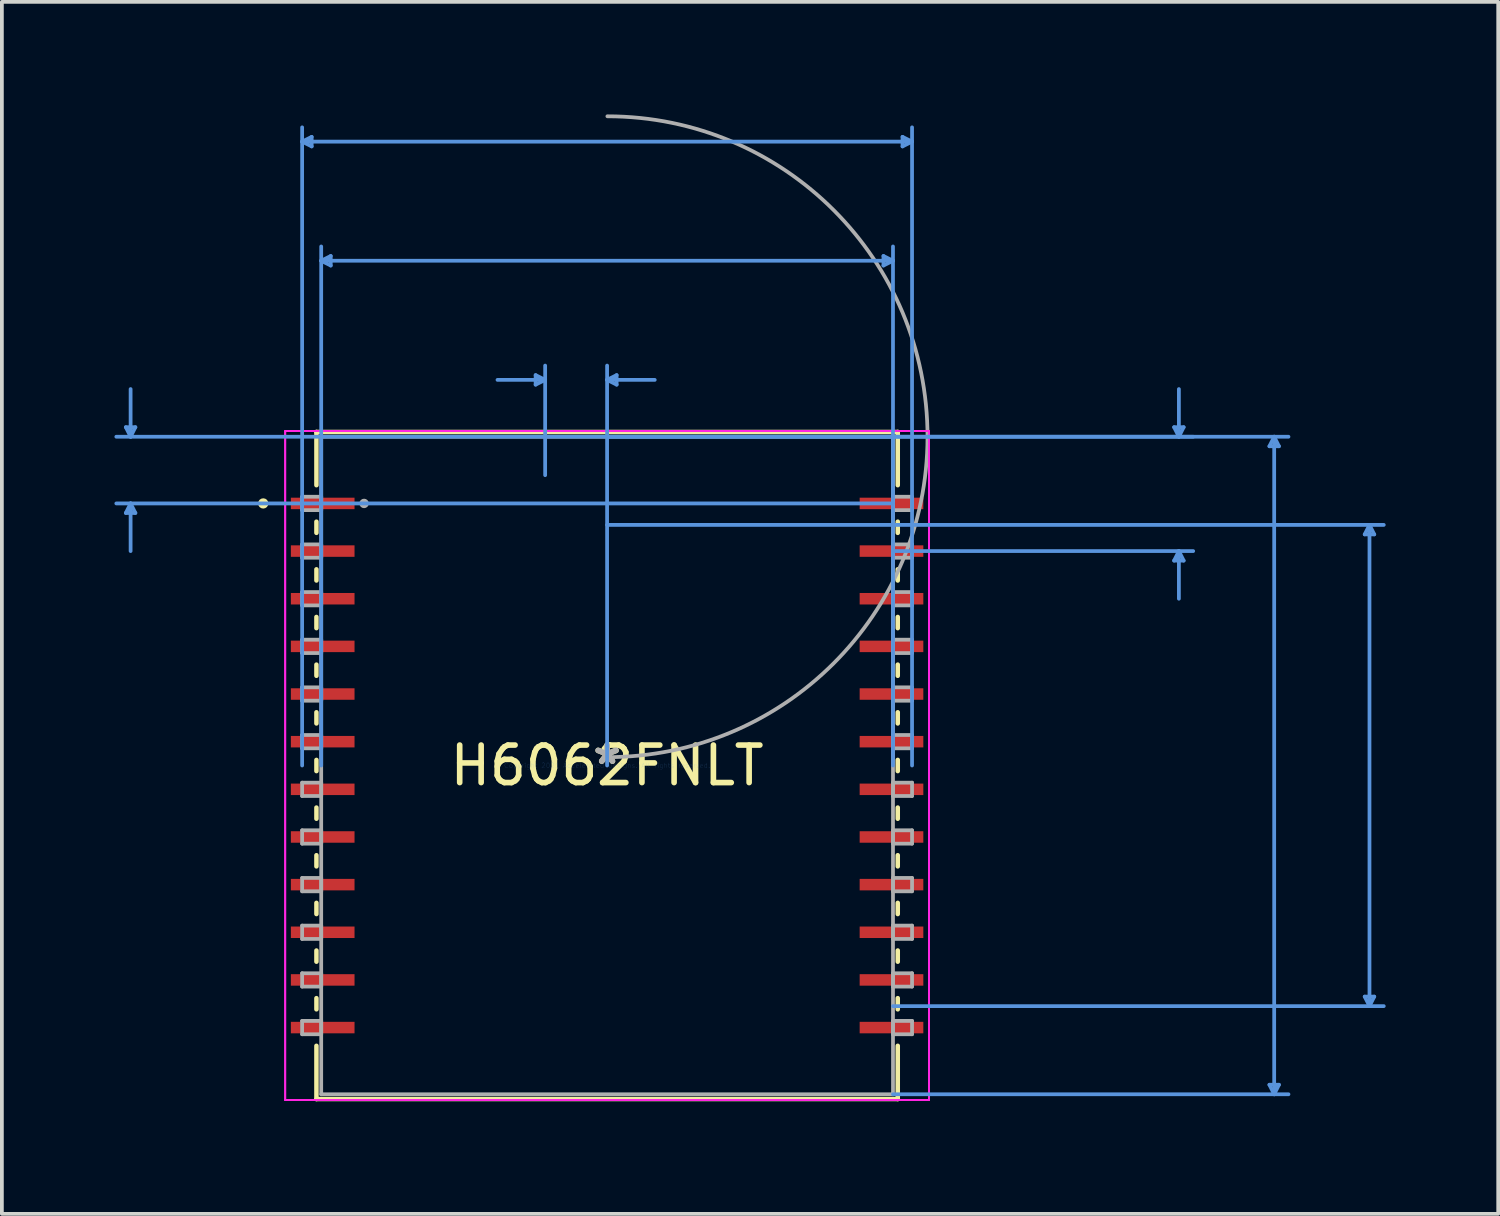
<source format=kicad_pcb>
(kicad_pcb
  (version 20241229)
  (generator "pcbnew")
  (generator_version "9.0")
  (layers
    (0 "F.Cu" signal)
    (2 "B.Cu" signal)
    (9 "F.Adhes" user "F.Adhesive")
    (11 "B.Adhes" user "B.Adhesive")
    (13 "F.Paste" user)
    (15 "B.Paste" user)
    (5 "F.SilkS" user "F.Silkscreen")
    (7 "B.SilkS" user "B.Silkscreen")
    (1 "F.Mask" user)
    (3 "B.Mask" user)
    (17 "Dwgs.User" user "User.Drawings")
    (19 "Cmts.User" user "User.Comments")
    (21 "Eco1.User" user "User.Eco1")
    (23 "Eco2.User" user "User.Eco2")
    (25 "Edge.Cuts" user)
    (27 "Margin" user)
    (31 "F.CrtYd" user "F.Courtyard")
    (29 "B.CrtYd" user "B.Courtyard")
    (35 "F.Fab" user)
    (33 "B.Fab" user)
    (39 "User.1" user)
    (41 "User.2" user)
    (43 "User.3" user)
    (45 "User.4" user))
  (footprint "H6062FNLT"
    (layer "F.Cu")
    (at 13.131 17.353)
    (property "Reference" "H6062FNLT" (at 0 0 0) (layer "F.SilkS") (effects (font (size 1 1) (thickness 0.15))))
    (attr through_hole)
    (fp_line (start -7.747 -8.89) (end -7.747 -7.471) (stroke (width 0.12) (type solid)) (layer "F.SilkS"))
    (fp_line (start -7.747 -6.499) (end -7.747 -6.201) (stroke (width 0.12) (type solid)) (layer "F.SilkS"))
    (fp_line (start -7.747 -5.229) (end -7.747 -4.931) (stroke (width 0.12) (type solid)) (layer "F.SilkS"))
    (fp_line (start -7.747 -3.959) (end -7.747 -3.661) (stroke (width 0.12) (type solid)) (layer "F.SilkS"))
    (fp_line (start -7.747 -2.689) (end -7.747 -2.391) (stroke (width 0.12) (type solid)) (layer "F.SilkS"))
    (fp_line (start -7.747 -1.419) (end -7.747 -1.121) (stroke (width 0.12) (type solid)) (layer "F.SilkS"))
    (fp_line (start -7.747 -0.149) (end -7.747 0.149) (stroke (width 0.12) (type solid)) (layer "F.SilkS"))
    (fp_line (start -7.747 1.121) (end -7.747 1.419) (stroke (width 0.12) (type solid)) (layer "F.SilkS"))
    (fp_line (start -7.747 2.391) (end -7.747 2.689) (stroke (width 0.12) (type solid)) (layer "F.SilkS"))
    (fp_line (start -7.747 3.661) (end -7.747 3.959) (stroke (width 0.12) (type solid)) (layer "F.SilkS"))
    (fp_line (start -7.747 4.931) (end -7.747 5.229) (stroke (width 0.12) (type solid)) (layer "F.SilkS"))
    (fp_line (start -7.747 6.201) (end -7.747 6.499) (stroke (width 0.12) (type solid)) (layer "F.SilkS"))
    (fp_line (start -7.747 7.471) (end -7.747 8.89) (stroke (width 0.12) (type solid)) (layer "F.SilkS"))
    (fp_line (start -7.747 8.89) (end 7.747 8.89) (stroke (width 0.12) (type solid)) (layer "F.SilkS"))
    (fp_line (start 7.747 -8.89) (end -7.747 -8.89) (stroke (width 0.12) (type solid)) (layer "F.SilkS"))
    (fp_line (start 7.747 -7.471) (end 7.747 -8.89) (stroke (width 0.12) (type solid)) (layer "F.SilkS"))
    (fp_line (start 7.747 -6.201) (end 7.747 -6.499) (stroke (width 0.12) (type solid)) (layer "F.SilkS"))
    (fp_line (start 7.747 -4.931) (end 7.747 -5.229) (stroke (width 0.12) (type solid)) (layer "F.SilkS"))
    (fp_line (start 7.747 -3.661) (end 7.747 -3.959) (stroke (width 0.12) (type solid)) (layer "F.SilkS"))
    (fp_line (start 7.747 -2.391) (end 7.747 -2.689) (stroke (width 0.12) (type solid)) (layer "F.SilkS"))
    (fp_line (start 7.747 -1.121) (end 7.747 -1.419) (stroke (width 0.12) (type solid)) (layer "F.SilkS"))
    (fp_line (start 7.747 0.149) (end 7.747 -0.149) (stroke (width 0.12) (type solid)) (layer "F.SilkS"))
    (fp_line (start 7.747 1.419) (end 7.747 1.121) (stroke (width 0.12) (type solid)) (layer "F.SilkS"))
    (fp_line (start 7.747 2.689) (end 7.747 2.391) (stroke (width 0.12) (type solid)) (layer "F.SilkS"))
    (fp_line (start 7.747 3.959) (end 7.747 3.661) (stroke (width 0.12) (type solid)) (layer "F.SilkS"))
    (fp_line (start 7.747 5.229) (end 7.747 4.931) (stroke (width 0.12) (type solid)) (layer "F.SilkS"))
    (fp_line (start 7.747 6.499) (end 7.747 6.201) (stroke (width 0.12) (type solid)) (layer "F.SilkS"))
    (fp_line (start 7.747 8.89) (end 7.747 7.471) (stroke (width 0.12) (type solid)) (layer "F.SilkS"))
    (fp_circle (center -9.165 -6.985) (end -9.088 -6.985) (stroke (width 0.12) (type solid)) (fill no) (layer "F.SilkS"))
    (fp_line (start -12.827 -9.017) (end -12.573 -9.017) (stroke (width 0.1) (type solid)) (layer "Cmts.User"))
    (fp_line (start -12.827 -6.731) (end -12.573 -6.731) (stroke (width 0.1) (type solid)) (layer "Cmts.User"))
    (fp_line (start -12.7 -8.763) (end -12.827 -9.017) (stroke (width 0.1) (type solid)) (layer "Cmts.User"))
    (fp_line (start -12.7 -8.763) (end -12.7 -10.033) (stroke (width 0.1) (type solid)) (layer "Cmts.User"))
    (fp_line (start -12.7 -8.763) (end -12.573 -9.017) (stroke (width 0.1) (type solid)) (layer "Cmts.User"))
    (fp_line (start -12.7 -6.985) (end -12.827 -6.731) (stroke (width 0.1) (type solid)) (layer "Cmts.User"))
    (fp_line (start -12.7 -6.985) (end -12.7 -5.715) (stroke (width 0.1) (type solid)) (layer "Cmts.User"))
    (fp_line (start -12.7 -6.985) (end -12.573 -6.731) (stroke (width 0.1) (type solid)) (layer "Cmts.User"))
    (fp_line (start -8.128 -16.628) (end -7.874 -16.755) (stroke (width 0.1) (type solid)) (layer "Cmts.User"))
    (fp_line (start -8.128 -16.628) (end -7.874 -16.501) (stroke (width 0.1) (type solid)) (layer "Cmts.User"))
    (fp_line (start -8.128 -16.628) (end 8.128 -16.628) (stroke (width 0.1) (type solid)) (layer "Cmts.User"))
    (fp_line (start -8.128 0) (end -8.128 -17.009) (stroke (width 0.1) (type solid)) (layer "Cmts.User"))
    (fp_line (start -7.874 -16.755) (end -7.874 -16.501) (stroke (width 0.1) (type solid)) (layer "Cmts.User"))
    (fp_line (start -7.62 -13.453) (end -7.366 -13.58) (stroke (width 0.1) (type solid)) (layer "Cmts.User"))
    (fp_line (start -7.62 -13.453) (end -7.366 -13.326) (stroke (width 0.1) (type solid)) (layer "Cmts.User"))
    (fp_line (start -7.62 -13.453) (end 7.62 -13.453) (stroke (width 0.1) (type solid)) (layer "Cmts.User"))
    (fp_line (start -7.62 0) (end -7.62 -13.834) (stroke (width 0.1) (type solid)) (layer "Cmts.User"))
    (fp_line (start -7.366 -13.58) (end -7.366 -13.326) (stroke (width 0.1) (type solid)) (layer "Cmts.User"))
    (fp_line (start -1.905 -10.405) (end -1.905 -10.151) (stroke (width 0.1) (type solid)) (layer "Cmts.User"))
    (fp_line (start -1.651 -10.278) (end -2.921 -10.278) (stroke (width 0.1) (type solid)) (layer "Cmts.User"))
    (fp_line (start -1.651 -10.278) (end -1.905 -10.405) (stroke (width 0.1) (type solid)) (layer "Cmts.User"))
    (fp_line (start -1.651 -10.278) (end -1.905 -10.151) (stroke (width 0.1) (type solid)) (layer "Cmts.User"))
    (fp_line (start -1.651 -7.738) (end -1.651 -10.659) (stroke (width 0.1) (type solid)) (layer "Cmts.User"))
    (fp_line (start 0 -10.278) (end 0.254 -10.405) (stroke (width 0.1) (type solid)) (layer "Cmts.User"))
    (fp_line (start 0 -10.278) (end 0.254 -10.151) (stroke (width 0.1) (type solid)) (layer "Cmts.User"))
    (fp_line (start 0 -10.278) (end 1.27 -10.278) (stroke (width 0.1) (type solid)) (layer "Cmts.User"))
    (fp_line (start 0 -8.763) (end -13.081 -8.763) (stroke (width 0.1) (type solid)) (layer "Cmts.User"))
    (fp_line (start 0 -8.763) (end 15.621 -8.763) (stroke (width 0.1) (type solid)) (layer "Cmts.User"))
    (fp_line (start 0 -8.763) (end 18.161 -8.763) (stroke (width 0.1) (type solid)) (layer "Cmts.User"))
    (fp_line (start 0 -6.413) (end 20.701 -6.413) (stroke (width 0.1) (type solid)) (layer "Cmts.User"))
    (fp_line (start 0 0) (end 0 -10.659) (stroke (width 0.1) (type solid)) (layer "Cmts.User"))
    (fp_line (start 0.254 -10.405) (end 0.254 -10.151) (stroke (width 0.1) (type solid)) (layer "Cmts.User"))
    (fp_line (start 7.366 -13.58) (end 7.366 -13.326) (stroke (width 0.1) (type solid)) (layer "Cmts.User"))
    (fp_line (start 7.62 -13.453) (end 7.366 -13.58) (stroke (width 0.1) (type solid)) (layer "Cmts.User"))
    (fp_line (start 7.62 -13.453) (end 7.366 -13.326) (stroke (width 0.1) (type solid)) (layer "Cmts.User"))
    (fp_line (start 7.62 -6.985) (end -13.081 -6.985) (stroke (width 0.1) (type solid)) (layer "Cmts.User"))
    (fp_line (start 7.62 -5.715) (end 15.621 -5.715) (stroke (width 0.1) (type solid)) (layer "Cmts.User"))
    (fp_line (start 7.62 0) (end 7.62 -13.834) (stroke (width 0.1) (type solid)) (layer "Cmts.User"))
    (fp_line (start 7.62 6.413) (end 20.701 6.413) (stroke (width 0.1) (type solid)) (layer "Cmts.User"))
    (fp_line (start 7.62 8.763) (end 18.161 8.763) (stroke (width 0.1) (type solid)) (layer "Cmts.User"))
    (fp_line (start 7.874 -16.755) (end 7.874 -16.501) (stroke (width 0.1) (type solid)) (layer "Cmts.User"))
    (fp_line (start 8.128 -16.628) (end 7.874 -16.755) (stroke (width 0.1) (type solid)) (layer "Cmts.User"))
    (fp_line (start 8.128 -16.628) (end 7.874 -16.501) (stroke (width 0.1) (type solid)) (layer "Cmts.User"))
    (fp_line (start 8.128 0) (end 8.128 -17.009) (stroke (width 0.1) (type solid)) (layer "Cmts.User"))
    (fp_line (start 15.113 -9.017) (end 15.367 -9.017) (stroke (width 0.1) (type solid)) (layer "Cmts.User"))
    (fp_line (start 15.113 -5.461) (end 15.367 -5.461) (stroke (width 0.1) (type solid)) (layer "Cmts.User"))
    (fp_line (start 15.24 -8.763) (end 15.113 -9.017) (stroke (width 0.1) (type solid)) (layer "Cmts.User"))
    (fp_line (start 15.24 -8.763) (end 15.24 -10.033) (stroke (width 0.1) (type solid)) (layer "Cmts.User"))
    (fp_line (start 15.24 -8.763) (end 15.367 -9.017) (stroke (width 0.1) (type solid)) (layer "Cmts.User"))
    (fp_line (start 15.24 -5.715) (end 15.113 -5.461) (stroke (width 0.1) (type solid)) (layer "Cmts.User"))
    (fp_line (start 15.24 -5.715) (end 15.24 -4.445) (stroke (width 0.1) (type solid)) (layer "Cmts.User"))
    (fp_line (start 15.24 -5.715) (end 15.367 -5.461) (stroke (width 0.1) (type solid)) (layer "Cmts.User"))
    (fp_line (start 17.653 -8.509) (end 17.907 -8.509) (stroke (width 0.1) (type solid)) (layer "Cmts.User"))
    (fp_line (start 17.653 8.509) (end 17.907 8.509) (stroke (width 0.1) (type solid)) (layer "Cmts.User"))
    (fp_line (start 17.78 -8.763) (end 17.653 -8.509) (stroke (width 0.1) (type solid)) (layer "Cmts.User"))
    (fp_line (start 17.78 -8.763) (end 17.78 8.763) (stroke (width 0.1) (type solid)) (layer "Cmts.User"))
    (fp_line (start 17.78 -8.763) (end 17.907 -8.509) (stroke (width 0.1) (type solid)) (layer "Cmts.User"))
    (fp_line (start 17.78 8.763) (end 17.653 8.509) (stroke (width 0.1) (type solid)) (layer "Cmts.User"))
    (fp_line (start 17.78 8.763) (end 17.907 8.509) (stroke (width 0.1) (type solid)) (layer "Cmts.User"))
    (fp_line (start 20.193 -6.16) (end 20.447 -6.16) (stroke (width 0.1) (type solid)) (layer "Cmts.User"))
    (fp_line (start 20.193 6.16) (end 20.447 6.16) (stroke (width 0.1) (type solid)) (layer "Cmts.User"))
    (fp_line (start 20.32 -6.413) (end 20.193 -6.16) (stroke (width 0.1) (type solid)) (layer "Cmts.User"))
    (fp_line (start 20.32 -6.413) (end 20.32 6.413) (stroke (width 0.1) (type solid)) (layer "Cmts.User"))
    (fp_line (start 20.32 -6.413) (end 20.447 -6.16) (stroke (width 0.1) (type solid)) (layer "Cmts.User"))
    (fp_line (start 20.32 6.413) (end 20.193 6.16) (stroke (width 0.1) (type solid)) (layer "Cmts.User"))
    (fp_line (start 20.32 6.413) (end 20.447 6.16) (stroke (width 0.1) (type solid)) (layer "Cmts.User"))
    (fp_line (start -8.58 -8.915) (end 8.58 -8.915) (stroke (width 0.05) (type solid)) (layer "F.CrtYd"))
    (fp_line (start -8.58 -8.915) (end 8.58 -8.915) (stroke (width 0.05) (type solid)) (layer "F.CrtYd"))
    (fp_line (start -8.58 8.915) (end -8.58 -8.915) (stroke (width 0.05) (type solid)) (layer "F.CrtYd"))
    (fp_line (start -8.58 8.915) (end -8.58 -8.915) (stroke (width 0.05) (type solid)) (layer "F.CrtYd"))
    (fp_line (start 8.58 -8.915) (end 8.58 8.915) (stroke (width 0.05) (type solid)) (layer "F.CrtYd"))
    (fp_line (start 8.58 -8.915) (end 8.58 8.915) (stroke (width 0.05) (type solid)) (layer "F.CrtYd"))
    (fp_line (start 8.58 8.915) (end -8.58 8.915) (stroke (width 0.05) (type solid)) (layer "F.CrtYd"))
    (fp_line (start 8.58 8.915) (end -8.58 8.915) (stroke (width 0.05) (type solid)) (layer "F.CrtYd"))
    (fp_line (start -8.128 -7.163) (end -8.128 -6.807) (stroke (width 0.1) (type solid)) (layer "F.Fab"))
    (fp_line (start -8.128 -6.807) (end -7.62 -6.807) (stroke (width 0.1) (type solid)) (layer "F.Fab"))
    (fp_line (start -8.128 -5.893) (end -8.128 -5.537) (stroke (width 0.1) (type solid)) (layer "F.Fab"))
    (fp_line (start -8.128 -5.537) (end -7.62 -5.537) (stroke (width 0.1) (type solid)) (layer "F.Fab"))
    (fp_line (start -8.128 -4.623) (end -8.128 -4.267) (stroke (width 0.1) (type solid)) (layer "F.Fab"))
    (fp_line (start -8.128 -4.267) (end -7.62 -4.267) (stroke (width 0.1) (type solid)) (layer "F.Fab"))
    (fp_line (start -8.128 -3.353) (end -8.128 -2.997) (stroke (width 0.1) (type solid)) (layer "F.Fab"))
    (fp_line (start -8.128 -2.997) (end -7.62 -2.997) (stroke (width 0.1) (type solid)) (layer "F.Fab"))
    (fp_line (start -8.128 -2.083) (end -8.128 -1.727) (stroke (width 0.1) (type solid)) (layer "F.Fab"))
    (fp_line (start -8.128 -1.727) (end -7.62 -1.727) (stroke (width 0.1) (type solid)) (layer "F.Fab"))
    (fp_line (start -8.128 -0.813) (end -8.128 -0.457) (stroke (width 0.1) (type solid)) (layer "F.Fab"))
    (fp_line (start -8.128 -0.457) (end -7.62 -0.457) (stroke (width 0.1) (type solid)) (layer "F.Fab"))
    (fp_line (start -8.128 0.457) (end -8.128 0.813) (stroke (width 0.1) (type solid)) (layer "F.Fab"))
    (fp_line (start -8.128 0.813) (end -7.62 0.813) (stroke (width 0.1) (type solid)) (layer "F.Fab"))
    (fp_line (start -8.128 1.727) (end -8.128 2.083) (stroke (width 0.1) (type solid)) (layer "F.Fab"))
    (fp_line (start -8.128 2.083) (end -7.62 2.083) (stroke (width 0.1) (type solid)) (layer "F.Fab"))
    (fp_line (start -8.128 2.997) (end -8.128 3.353) (stroke (width 0.1) (type solid)) (layer "F.Fab"))
    (fp_line (start -8.128 3.353) (end -7.62 3.353) (stroke (width 0.1) (type solid)) (layer "F.Fab"))
    (fp_line (start -8.128 4.267) (end -8.128 4.623) (stroke (width 0.1) (type solid)) (layer "F.Fab"))
    (fp_line (start -8.128 4.623) (end -7.62 4.623) (stroke (width 0.1) (type solid)) (layer "F.Fab"))
    (fp_line (start -8.128 5.537) (end -8.128 5.893) (stroke (width 0.1) (type solid)) (layer "F.Fab"))
    (fp_line (start -8.128 5.893) (end -7.62 5.893) (stroke (width 0.1) (type solid)) (layer "F.Fab"))
    (fp_line (start -8.128 6.807) (end -8.128 7.163) (stroke (width 0.1) (type solid)) (layer "F.Fab"))
    (fp_line (start -8.128 7.163) (end -7.62 7.163) (stroke (width 0.1) (type solid)) (layer "F.Fab"))
    (fp_line (start -7.62 -8.763) (end -7.62 8.763) (stroke (width 0.1) (type solid)) (layer "F.Fab"))
    (fp_line (start -7.62 -7.163) (end -8.128 -7.163) (stroke (width 0.1) (type solid)) (layer "F.Fab"))
    (fp_line (start -7.62 -6.807) (end -7.62 -7.163) (stroke (width 0.1) (type solid)) (layer "F.Fab"))
    (fp_line (start -7.62 -5.893) (end -8.128 -5.893) (stroke (width 0.1) (type solid)) (layer "F.Fab"))
    (fp_line (start -7.62 -5.537) (end -7.62 -5.893) (stroke (width 0.1) (type solid)) (layer "F.Fab"))
    (fp_line (start -7.62 -4.623) (end -8.128 -4.623) (stroke (width 0.1) (type solid)) (layer "F.Fab"))
    (fp_line (start -7.62 -4.267) (end -7.62 -4.623) (stroke (width 0.1) (type solid)) (layer "F.Fab"))
    (fp_line (start -7.62 -3.353) (end -8.128 -3.353) (stroke (width 0.1) (type solid)) (layer "F.Fab"))
    (fp_line (start -7.62 -2.997) (end -7.62 -3.353) (stroke (width 0.1) (type solid)) (layer "F.Fab"))
    (fp_line (start -7.62 -2.083) (end -8.128 -2.083) (stroke (width 0.1) (type solid)) (layer "F.Fab"))
    (fp_line (start -7.62 -1.727) (end -7.62 -2.083) (stroke (width 0.1) (type solid)) (layer "F.Fab"))
    (fp_line (start -7.62 -0.813) (end -8.128 -0.813) (stroke (width 0.1) (type solid)) (layer "F.Fab"))
    (fp_line (start -7.62 -0.457) (end -7.62 -0.813) (stroke (width 0.1) (type solid)) (layer "F.Fab"))
    (fp_line (start -7.62 0.457) (end -8.128 0.457) (stroke (width 0.1) (type solid)) (layer "F.Fab"))
    (fp_line (start -7.62 0.813) (end -7.62 0.457) (stroke (width 0.1) (type solid)) (layer "F.Fab"))
    (fp_line (start -7.62 1.727) (end -8.128 1.727) (stroke (width 0.1) (type solid)) (layer "F.Fab"))
    (fp_line (start -7.62 2.083) (end -7.62 1.727) (stroke (width 0.1) (type solid)) (layer "F.Fab"))
    (fp_line (start -7.62 2.997) (end -8.128 2.997) (stroke (width 0.1) (type solid)) (layer "F.Fab"))
    (fp_line (start -7.62 3.353) (end -7.62 2.997) (stroke (width 0.1) (type solid)) (layer "F.Fab"))
    (fp_line (start -7.62 4.267) (end -8.128 4.267) (stroke (width 0.1) (type solid)) (layer "F.Fab"))
    (fp_line (start -7.62 4.623) (end -7.62 4.267) (stroke (width 0.1) (type solid)) (layer "F.Fab"))
    (fp_line (start -7.62 5.537) (end -8.128 5.537) (stroke (width 0.1) (type solid)) (layer "F.Fab"))
    (fp_line (start -7.62 5.893) (end -7.62 5.537) (stroke (width 0.1) (type solid)) (layer "F.Fab"))
    (fp_line (start -7.62 6.807) (end -8.128 6.807) (stroke (width 0.1) (type solid)) (layer "F.Fab"))
    (fp_line (start -7.62 7.163) (end -7.62 6.807) (stroke (width 0.1) (type solid)) (layer "F.Fab"))
    (fp_line (start -7.62 8.763) (end 7.62 8.763) (stroke (width 0.1) (type solid)) (layer "F.Fab"))
    (fp_line (start 7.62 -8.763) (end -7.62 -8.763) (stroke (width 0.1) (type solid)) (layer "F.Fab"))
    (fp_line (start 7.62 -7.163) (end 7.62 -6.807) (stroke (width 0.1) (type solid)) (layer "F.Fab"))
    (fp_line (start 7.62 -6.807) (end 8.128 -6.807) (stroke (width 0.1) (type solid)) (layer "F.Fab"))
    (fp_line (start 7.62 -5.893) (end 7.62 -5.537) (stroke (width 0.1) (type solid)) (layer "F.Fab"))
    (fp_line (start 7.62 -5.537) (end 8.128 -5.537) (stroke (width 0.1) (type solid)) (layer "F.Fab"))
    (fp_line (start 7.62 -4.623) (end 7.62 -4.267) (stroke (width 0.1) (type solid)) (layer "F.Fab"))
    (fp_line (start 7.62 -4.267) (end 8.128 -4.267) (stroke (width 0.1) (type solid)) (layer "F.Fab"))
    (fp_line (start 7.62 -3.353) (end 7.62 -2.997) (stroke (width 0.1) (type solid)) (layer "F.Fab"))
    (fp_line (start 7.62 -2.997) (end 8.128 -2.997) (stroke (width 0.1) (type solid)) (layer "F.Fab"))
    (fp_line (start 7.62 -2.083) (end 7.62 -1.727) (stroke (width 0.1) (type solid)) (layer "F.Fab"))
    (fp_line (start 7.62 -1.727) (end 8.128 -1.727) (stroke (width 0.1) (type solid)) (layer "F.Fab"))
    (fp_line (start 7.62 -0.813) (end 7.62 -0.457) (stroke (width 0.1) (type solid)) (layer "F.Fab"))
    (fp_line (start 7.62 -0.457) (end 8.128 -0.457) (stroke (width 0.1) (type solid)) (layer "F.Fab"))
    (fp_line (start 7.62 0.457) (end 7.62 0.813) (stroke (width 0.1) (type solid)) (layer "F.Fab"))
    (fp_line (start 7.62 0.813) (end 8.128 0.813) (stroke (width 0.1) (type solid)) (layer "F.Fab"))
    (fp_line (start 7.62 1.727) (end 7.62 2.083) (stroke (width 0.1) (type solid)) (layer "F.Fab"))
    (fp_line (start 7.62 2.083) (end 8.128 2.083) (stroke (width 0.1) (type solid)) (layer "F.Fab"))
    (fp_line (start 7.62 2.997) (end 7.62 3.353) (stroke (width 0.1) (type solid)) (layer "F.Fab"))
    (fp_line (start 7.62 3.353) (end 8.128 3.353) (stroke (width 0.1) (type solid)) (layer "F.Fab"))
    (fp_line (start 7.62 4.267) (end 7.62 4.623) (stroke (width 0.1) (type solid)) (layer "F.Fab"))
    (fp_line (start 7.62 4.623) (end 8.128 4.623) (stroke (width 0.1) (type solid)) (layer "F.Fab"))
    (fp_line (start 7.62 5.537) (end 7.62 5.893) (stroke (width 0.1) (type solid)) (layer "F.Fab"))
    (fp_line (start 7.62 5.893) (end 8.128 5.893) (stroke (width 0.1) (type solid)) (layer "F.Fab"))
    (fp_line (start 7.62 6.807) (end 7.62 7.163) (stroke (width 0.1) (type solid)) (layer "F.Fab"))
    (fp_line (start 7.62 7.163) (end 8.128 7.163) (stroke (width 0.1) (type solid)) (layer "F.Fab"))
    (fp_line (start 7.62 8.763) (end 7.62 -8.763) (stroke (width 0.1) (type solid)) (layer "F.Fab"))
    (fp_line (start 8.128 -7.163) (end 7.62 -7.163) (stroke (width 0.1) (type solid)) (layer "F.Fab"))
    (fp_line (start 8.128 -6.807) (end 8.128 -7.163) (stroke (width 0.1) (type solid)) (layer "F.Fab"))
    (fp_line (start 8.128 -5.893) (end 7.62 -5.893) (stroke (width 0.1) (type solid)) (layer "F.Fab"))
    (fp_line (start 8.128 -5.537) (end 8.128 -5.893) (stroke (width 0.1) (type solid)) (layer "F.Fab"))
    (fp_line (start 8.128 -4.623) (end 7.62 -4.623) (stroke (width 0.1) (type solid)) (layer "F.Fab"))
    (fp_line (start 8.128 -4.267) (end 8.128 -4.623) (stroke (width 0.1) (type solid)) (layer "F.Fab"))
    (fp_line (start 8.128 -3.353) (end 7.62 -3.353) (stroke (width 0.1) (type solid)) (layer "F.Fab"))
    (fp_line (start 8.128 -2.997) (end 8.128 -3.353) (stroke (width 0.1) (type solid)) (layer "F.Fab"))
    (fp_line (start 8.128 -2.083) (end 7.62 -2.083) (stroke (width 0.1) (type solid)) (layer "F.Fab"))
    (fp_line (start 8.128 -1.727) (end 8.128 -2.083) (stroke (width 0.1) (type solid)) (layer "F.Fab"))
    (fp_line (start 8.128 -0.813) (end 7.62 -0.813) (stroke (width 0.1) (type solid)) (layer "F.Fab"))
    (fp_line (start 8.128 -0.457) (end 8.128 -0.813) (stroke (width 0.1) (type solid)) (layer "F.Fab"))
    (fp_line (start 8.128 0.457) (end 7.62 0.457) (stroke (width 0.1) (type solid)) (layer "F.Fab"))
    (fp_line (start 8.128 0.813) (end 8.128 0.457) (stroke (width 0.1) (type solid)) (layer "F.Fab"))
    (fp_line (start 8.128 1.727) (end 7.62 1.727) (stroke (width 0.1) (type solid)) (layer "F.Fab"))
    (fp_line (start 8.128 2.083) (end 8.128 1.727) (stroke (width 0.1) (type solid)) (layer "F.Fab"))
    (fp_line (start 8.128 2.997) (end 7.62 2.997) (stroke (width 0.1) (type solid)) (layer "F.Fab"))
    (fp_line (start 8.128 3.353) (end 8.128 2.997) (stroke (width 0.1) (type solid)) (layer "F.Fab"))
    (fp_line (start 8.128 4.267) (end 7.62 4.267) (stroke (width 0.1) (type solid)) (layer "F.Fab"))
    (fp_line (start 8.128 4.623) (end 8.128 4.267) (stroke (width 0.1) (type solid)) (layer "F.Fab"))
    (fp_line (start 8.128 5.537) (end 7.62 5.537) (stroke (width 0.1) (type solid)) (layer "F.Fab"))
    (fp_line (start 8.128 5.893) (end 8.128 5.537) (stroke (width 0.1) (type solid)) (layer "F.Fab"))
    (fp_line (start 8.128 6.807) (end 7.62 6.807) (stroke (width 0.1) (type solid)) (layer "F.Fab"))
    (fp_line (start 8.128 7.163) (end 8.128 6.807) (stroke (width 0.1) (type solid)) (layer "F.Fab"))
    (fp_arc (start 0.007742 -17.30342) (mid 8.54042 -8.755258) (end -0.007742 -0.22258) (stroke (width 0.1) (type solid)) (layer "F.Fab"))
    (fp_circle (center -6.477 -6.985) (end -6.401 -6.985) (stroke (width 0.1) (type solid)) (fill no) (layer "F.Fab"))
    (fp_text user "*" (at 0 0 0) (layer "F.SilkS") (effects (font (size 1 1) (thickness 0.15))))
    (fp_text user "Copyright 2021 Accelerated Designs. All rights reserved." (at 0 0 0) (layer "Cmts.User") (effects (font (size 0.127 0.127) (thickness 0.002))))
    (fp_text user "*" (at 0 0 0) (layer "F.Fab") (effects (font (size 1 1) (thickness 0.15))))
    (pad "1" smd rect (at -7.58 -6.985) (size 1.697 0.306) (layers "F.Cu" "F.Mask" "F.Paste"))
    (pad "2" smd rect (at -7.58 -5.715) (size 1.697 0.306) (layers "F.Cu" "F.Mask" "F.Paste"))
    (pad "3" smd rect (at -7.58 -4.445) (size 1.697 0.306) (layers "F.Cu" "F.Mask" "F.Paste"))
    (pad "4" smd rect (at -7.58 -3.175) (size 1.697 0.306) (layers "F.Cu" "F.Mask" "F.Paste"))
    (pad "5" smd rect (at -7.58 -1.905) (size 1.697 0.306) (layers "F.Cu" "F.Mask" "F.Paste"))
    (pad "6" smd rect (at -7.58 -0.635) (size 1.697 0.306) (layers "F.Cu" "F.Mask" "F.Paste"))
    (pad "7" smd rect (at -7.58 0.635) (size 1.697 0.306) (layers "F.Cu" "F.Mask" "F.Paste"))
    (pad "8" smd rect (at -7.58 1.905) (size 1.697 0.306) (layers "F.Cu" "F.Mask" "F.Paste"))
    (pad "9" smd rect (at -7.58 3.175) (size 1.697 0.306) (layers "F.Cu" "F.Mask" "F.Paste"))
    (pad "10" smd rect (at -7.58 4.445) (size 1.697 0.306) (layers "F.Cu" "F.Mask" "F.Paste"))
    (pad "11" smd rect (at -7.58 5.715) (size 1.697 0.306) (layers "F.Cu" "F.Mask" "F.Paste"))
    (pad "12" smd rect (at -7.58 6.985) (size 1.697 0.306) (layers "F.Cu" "F.Mask" "F.Paste"))
    (pad "13" smd rect (at 7.58 6.985) (size 1.697 0.306) (layers "F.Cu" "F.Mask" "F.Paste"))
    (pad "14" smd rect (at 7.58 5.715) (size 1.697 0.306) (layers "F.Cu" "F.Mask" "F.Paste"))
    (pad "15" smd rect (at 7.58 4.445) (size 1.697 0.306) (layers "F.Cu" "F.Mask" "F.Paste"))
    (pad "16" smd rect (at 7.58 3.175) (size 1.697 0.306) (layers "F.Cu" "F.Mask" "F.Paste"))
    (pad "17" smd rect (at 7.58 1.905) (size 1.697 0.306) (layers "F.Cu" "F.Mask" "F.Paste"))
    (pad "18" smd rect (at 7.58 0.635) (size 1.697 0.306) (layers "F.Cu" "F.Mask" "F.Paste"))
    (pad "19" smd rect (at 7.58 -0.635) (size 1.697 0.306) (layers "F.Cu" "F.Mask" "F.Paste"))
    (pad "20" smd rect (at 7.58 -1.905) (size 1.697 0.306) (layers "F.Cu" "F.Mask" "F.Paste"))
    (pad "21" smd rect (at 7.58 -3.175) (size 1.697 0.306) (layers "F.Cu" "F.Mask" "F.Paste"))
    (pad "22" smd rect (at 7.58 -4.445) (size 1.697 0.306) (layers "F.Cu" "F.Mask" "F.Paste"))
    (pad "23" smd rect (at 7.58 -5.715) (size 1.697 0.306) (layers "F.Cu" "F.Mask" "F.Paste"))
    (pad "24" smd rect (at 7.58 -6.985) (size 1.697 0.306) (layers "F.Cu" "F.Mask" "F.Paste")))
  (gr_rect
    (start -3 -3)
    (end 36.882 29.303)
    (stroke (width 0.1) (type default))
    (fill no)
    (layer "Edge.Cuts")))
</source>
